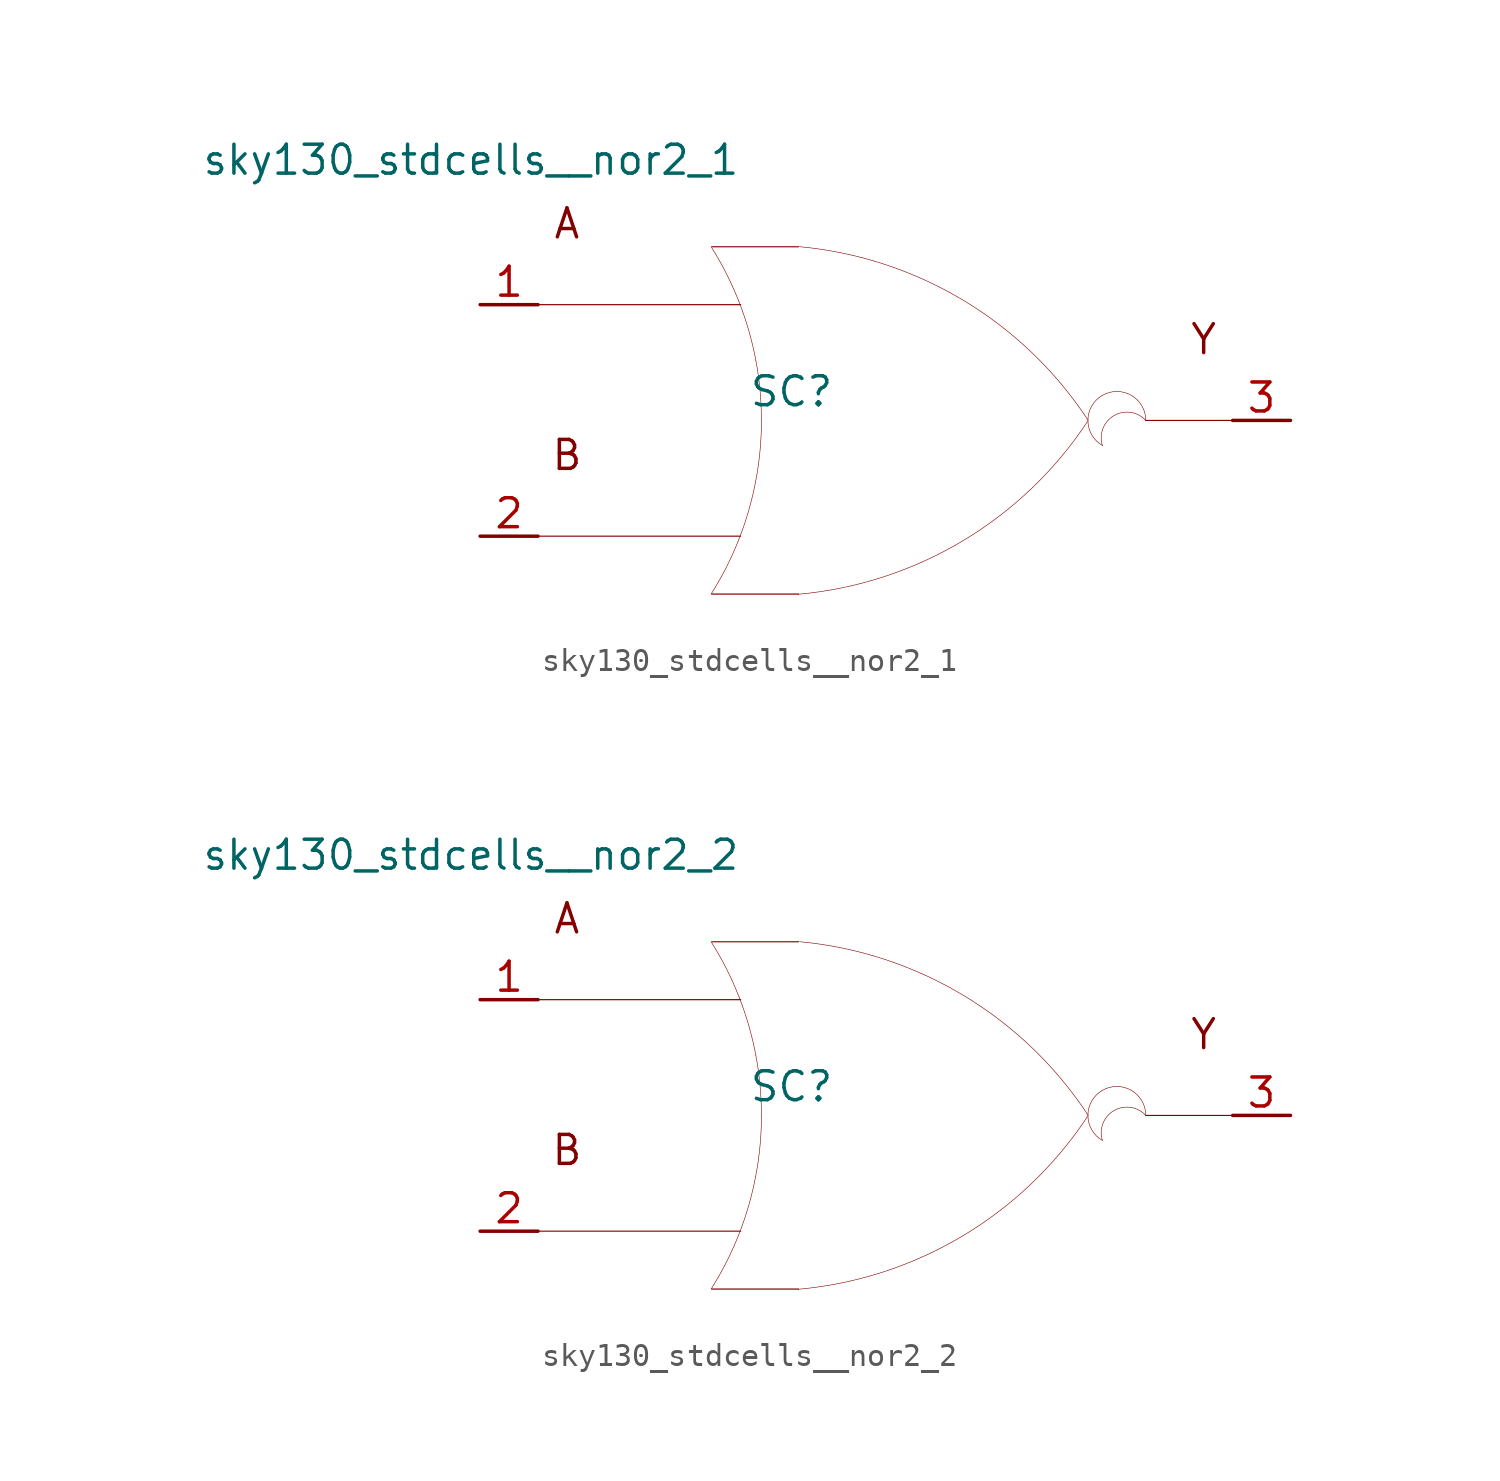
<source format=kicad_sym>
(kicad_symbol_lib
  (version 20211014)
  (generator kicad_symbol_editor)
  (symbol "sky130_stdcells__nor2_1"
    (pin_names hide)
    (property "Reference" "SC"
      (at -4.115 1.27 0)
      (effects (font (size 1.27 1.27))))
    (property "Value" "sky130_stdcells__nor2_1"
      (at -6.35 11.43 0)
      (effects (font (size 1.27 1.27)) (justify right)))
    (symbol "sky130_stdcells__nor2_1_0_0"
      (arc (start -7.6405 -7.6142) (mid -6.983 -6.458) (end -6.4362 -5.2456) (stroke (width 0.0254) (type default) (color 0 0 0 0)) (fill (type none)))
      (arc (start -6.4362 -5.2456) (mid -6.0013 -3.9755) (end -5.688 -2.6701) (stroke (width 0.0254) (type default) (color 0 0 0 0)) (fill (type none)))
      (arc (start -6.418 5.1993) (mid -6.9662 6.4248) (end -7.6273 7.5932) (stroke (width 0.0254) (type default) (color 0 0 0 0)) (fill (type none)))
      (arc (start -5.688 -2.6701) (mid -5.4988 -1.341) (end -5.4356 0) (stroke (width 0.0254) (type default) (color 0 0 0 0)) (fill (type none)))
      (arc (start -5.6834 2.6456) (mid -5.9911 3.9396) (end -6.418 5.1993) (stroke (width 0.0254) (type default) (color 0 0 0 0)) (fill (type none)))
      (arc (start -5.4356 0) (mid -5.4977 1.3286) (end -5.6834 2.6456) (stroke (width 0.0254) (type default) (color 0 0 0 0)) (fill (type none)))
      (arc (start -3.8212 -7.6288) (mid 3.3927 -5.2884) (end 8.8734 -0.0463) (stroke (width 0.0254) (type default) (color 0 0 0 0)) (fill (type none)))
      (polyline (pts (xy -15.24 -5.08) (xy -6.35 -5.08)) (stroke (width 0.051) (type default) (color 0 0 0 0)) (fill (type none)))
      (polyline (pts (xy -15.24 5.08) (xy -6.35 5.08)) (stroke (width 0.051) (type default) (color 0 0 0 0)) (fill (type none)))
      (polyline (pts (xy -7.62 -7.62) (xy -3.81 -7.62)) (stroke (width 0.051) (type default) (color 0 0 0 0)) (fill (type none)))
      (polyline (pts (xy -7.62 7.62) (xy -3.81 7.62)) (stroke (width 0.051) (type default) (color 0 0 0 0)) (fill (type none)))
      (polyline (pts (xy 11.43 0) (xy 15.24 0)) (stroke (width 0.051) (type default) (color 0 0 0 0)) (fill (type none)))
      (arc (start 8.9061 -0.0034) (mid 3.4437 5.2578) (end -3.762 7.6234) (stroke (width 0.0254) (type default) (color 0 0 0 0)) (fill (type none)))
      (arc (start 9.525 1.0999) (mid 8.89 0) (end 9.525 -1.0999) (stroke (width 0.0254) (type default) (color 0 0 0 0)) (fill (type none)))
      (arc (start 11.43 0) (mid 9.5731 0.4743) (end 9.525 -1.0999) (stroke (width 0.0254) (type default) (color 0 0 0 0)) (fill (type none)))
      (arc (start 11.43 0) (mid 10.795 1.0998) (end 9.525 1.0999) (stroke (width 0.0254) (type default) (color 0 0 0 0)) (fill (type none)))
      (text "A" (at -13.97 8.636 0) (effects (font (size 1.27 1.27))))
      (text "B" (at -13.97 -1.524 0) (effects (font (size 1.27 1.27))))
      (text "Y" (at 13.97 3.556 0) (effects (font (size 1.27 1.27)))))
    (symbol "sky130_stdcells__nor2_1_1_1"
      (pin input line (at -17.78 5.08 0) (length 2.54) (name "A" (effects (font (size 1.092 1.092)))) (number "1" (effects (font (size 1.27 1.27)))))
      (pin input line (at -17.78 -5.08 0) (length 2.54) (name "B" (effects (font (size 1.092 1.092)))) (number "2" (effects (font (size 1.27 1.27)))))
      (pin output line (at 17.78 0 180) (length 2.54) (name "Y" (effects (font (size 1.092 1.092)))) (number "3" (effects (font (size 1.27 1.27)))))))
  (symbol "sky130_stdcells__nor2_2"
    (pin_names hide)
    (property "Reference" "SC"
      (at -4.115 1.27 0)
      (effects (font (size 1.27 1.27))))
    (property "Value" "sky130_stdcells__nor2_2"
      (at -6.35 11.43 0)
      (effects (font (size 1.27 1.27)) (justify right)))
    (symbol "sky130_stdcells__nor2_2_0_0"
      (arc (start -7.6405 -7.6142) (mid -6.983 -6.458) (end -6.4362 -5.2456) (stroke (width 0.0254) (type default) (color 0 0 0 0)) (fill (type none)))
      (arc (start -6.4362 -5.2456) (mid -6.0013 -3.9755) (end -5.688 -2.6701) (stroke (width 0.0254) (type default) (color 0 0 0 0)) (fill (type none)))
      (arc (start -6.418 5.1993) (mid -6.9662 6.4248) (end -7.6273 7.5932) (stroke (width 0.0254) (type default) (color 0 0 0 0)) (fill (type none)))
      (arc (start -5.688 -2.6701) (mid -5.4988 -1.341) (end -5.4356 0) (stroke (width 0.0254) (type default) (color 0 0 0 0)) (fill (type none)))
      (arc (start -5.6834 2.6456) (mid -5.9911 3.9396) (end -6.418 5.1993) (stroke (width 0.0254) (type default) (color 0 0 0 0)) (fill (type none)))
      (arc (start -5.4356 0) (mid -5.4977 1.3286) (end -5.6834 2.6456) (stroke (width 0.0254) (type default) (color 0 0 0 0)) (fill (type none)))
      (arc (start -3.8212 -7.6288) (mid 3.3927 -5.2884) (end 8.8734 -0.0463) (stroke (width 0.0254) (type default) (color 0 0 0 0)) (fill (type none)))
      (polyline (pts (xy -15.24 -5.08) (xy -6.35 -5.08)) (stroke (width 0.051) (type default) (color 0 0 0 0)) (fill (type none)))
      (polyline (pts (xy -15.24 5.08) (xy -6.35 5.08)) (stroke (width 0.051) (type default) (color 0 0 0 0)) (fill (type none)))
      (polyline (pts (xy -7.62 -7.62) (xy -3.81 -7.62)) (stroke (width 0.051) (type default) (color 0 0 0 0)) (fill (type none)))
      (polyline (pts (xy -7.62 7.62) (xy -3.81 7.62)) (stroke (width 0.051) (type default) (color 0 0 0 0)) (fill (type none)))
      (polyline (pts (xy 11.43 0) (xy 15.24 0)) (stroke (width 0.051) (type default) (color 0 0 0 0)) (fill (type none)))
      (arc (start 8.9061 -0.0034) (mid 3.4437 5.2578) (end -3.762 7.6234) (stroke (width 0.0254) (type default) (color 0 0 0 0)) (fill (type none)))
      (arc (start 9.525 1.0999) (mid 8.89 0) (end 9.525 -1.0999) (stroke (width 0.0254) (type default) (color 0 0 0 0)) (fill (type none)))
      (arc (start 11.43 0) (mid 9.5731 0.4743) (end 9.525 -1.0999) (stroke (width 0.0254) (type default) (color 0 0 0 0)) (fill (type none)))
      (arc (start 11.43 0) (mid 10.795 1.0998) (end 9.525 1.0999) (stroke (width 0.0254) (type default) (color 0 0 0 0)) (fill (type none)))
      (text "A" (at -13.97 8.636 0) (effects (font (size 1.27 1.27))))
      (text "B" (at -13.97 -1.524 0) (effects (font (size 1.27 1.27))))
      (text "Y" (at 13.97 3.556 0) (effects (font (size 1.27 1.27)))))
    (symbol "sky130_stdcells__nor2_2_1_1"
      (pin input line (at -17.78 5.08 0) (length 2.54) (name "A" (effects (font (size 1.092 1.092)))) (number "1" (effects (font (size 1.27 1.27)))))
      (pin input line (at -17.78 -5.08 0) (length 2.54) (name "B" (effects (font (size 1.092 1.092)))) (number "2" (effects (font (size 1.27 1.27)))))
      (pin output line (at 17.78 0 180) (length 2.54) (name "Y" (effects (font (size 1.092 1.092)))) (number "3" (effects (font (size 1.27 1.27))))))))
</source>
